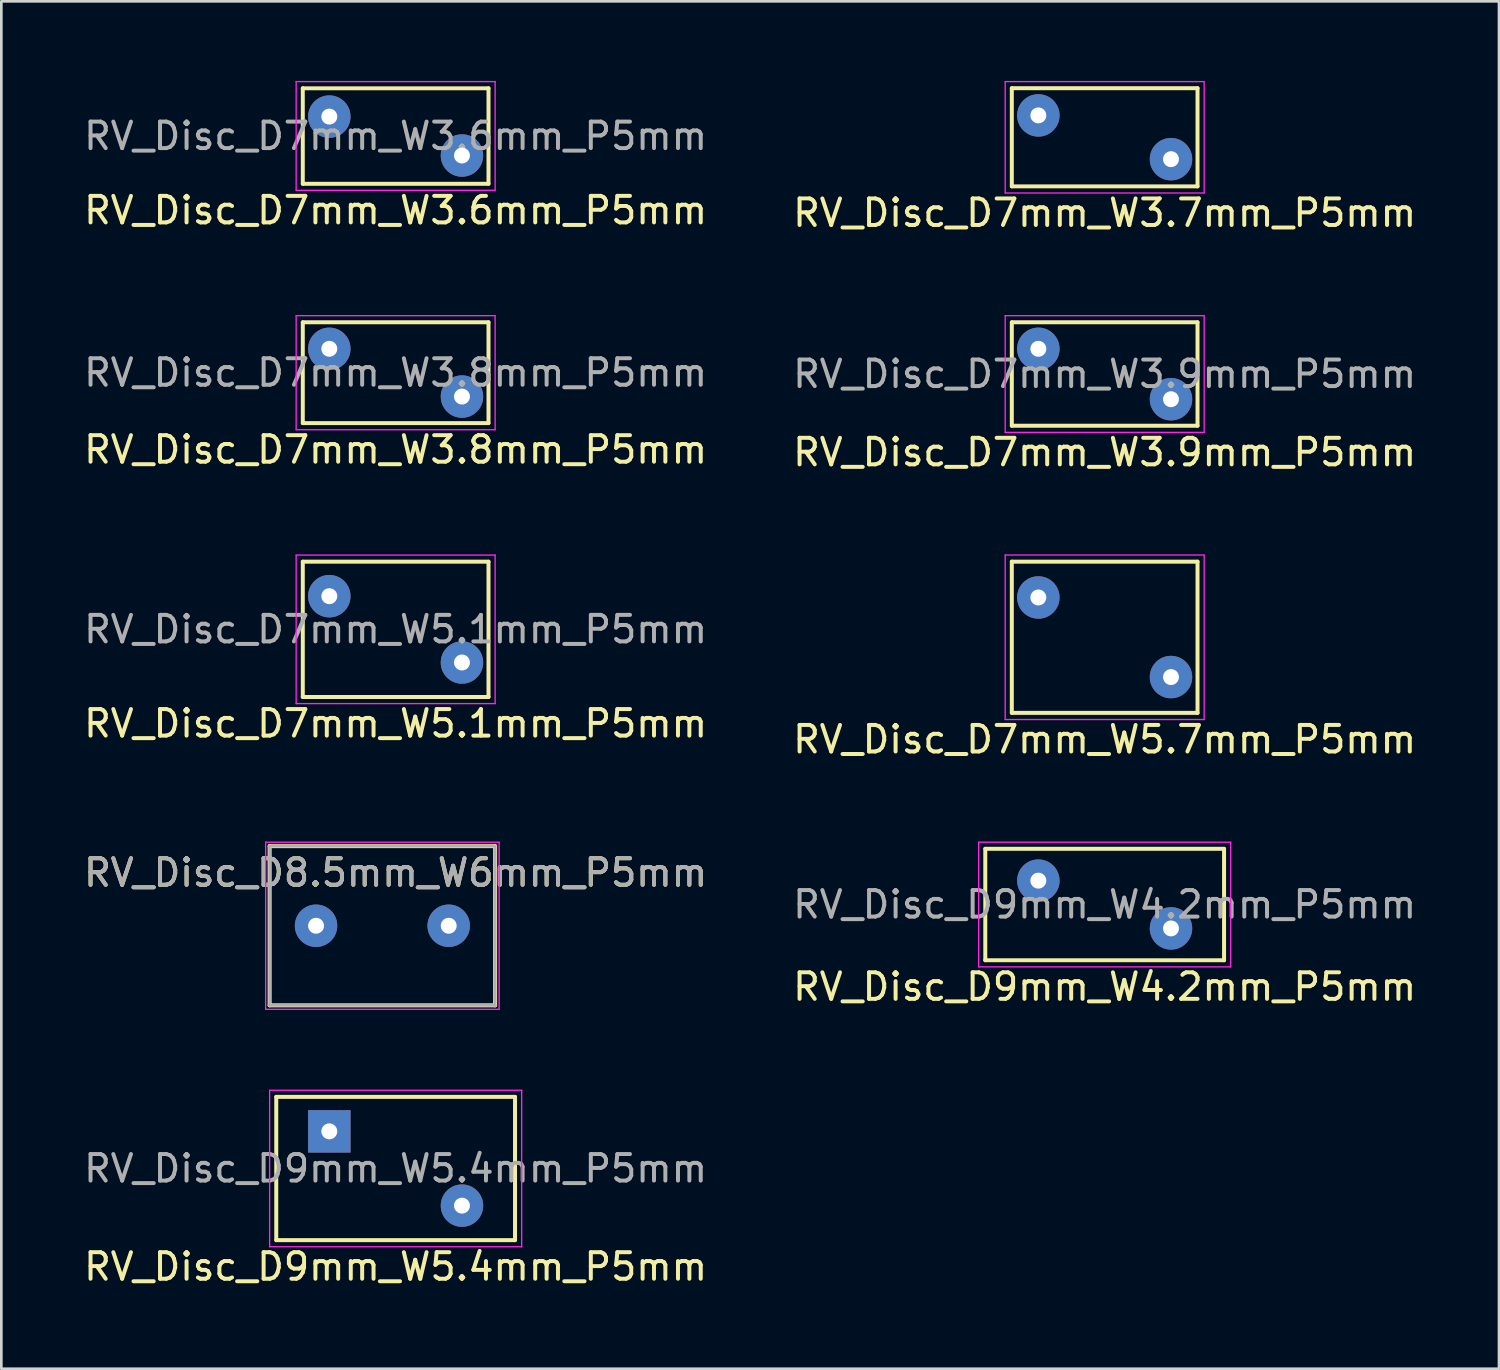
<source format=kicad_pcb>
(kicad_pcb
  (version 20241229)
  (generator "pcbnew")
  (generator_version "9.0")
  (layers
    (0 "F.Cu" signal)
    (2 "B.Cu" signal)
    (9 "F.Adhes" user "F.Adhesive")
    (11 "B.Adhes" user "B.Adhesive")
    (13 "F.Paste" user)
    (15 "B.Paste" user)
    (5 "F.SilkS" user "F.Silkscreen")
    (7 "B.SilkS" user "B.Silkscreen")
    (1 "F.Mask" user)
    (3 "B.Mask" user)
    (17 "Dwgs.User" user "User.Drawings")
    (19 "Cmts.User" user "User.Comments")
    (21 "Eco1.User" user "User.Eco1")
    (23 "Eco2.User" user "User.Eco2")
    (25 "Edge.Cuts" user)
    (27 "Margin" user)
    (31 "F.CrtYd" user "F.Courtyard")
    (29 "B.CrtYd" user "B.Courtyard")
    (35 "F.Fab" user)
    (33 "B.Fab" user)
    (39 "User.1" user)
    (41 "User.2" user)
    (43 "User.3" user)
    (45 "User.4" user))
  (footprint "RV_Disc_D7mm_W5.7mm_P5mm"
    (layer "F.Cu")
    (at 36.089 19.471)
    (property "Reference" "RV_Disc_D7mm_W5.7mm_P5mm" (at 2.5 5.35 0) (layer "F.SilkS") (effects (font (size 1 1) (thickness 0.15))))
    (attr through_hole)
    (fp_line (start -1 -1.35) (end -1 4.35) (stroke (width 0.15) (type solid)) (layer "F.SilkS"))
    (fp_line (start -1 -1.35) (end 6 -1.35) (stroke (width 0.15) (type solid)) (layer "F.SilkS"))
    (fp_line (start -1 4.35) (end 6 4.35) (stroke (width 0.15) (type solid)) (layer "F.SilkS"))
    (fp_line (start 6 -1.35) (end 6 4.35) (stroke (width 0.15) (type solid)) (layer "F.SilkS"))
    (fp_line (start -1.25 -1.6) (end -1.25 4.6) (stroke (width 0.05) (type solid)) (layer "F.CrtYd"))
    (fp_line (start -1.25 -1.6) (end 6.25 -1.6) (stroke (width 0.05) (type solid)) (layer "F.CrtYd"))
    (fp_line (start -1.25 4.6) (end 6.25 4.6) (stroke (width 0.05) (type solid)) (layer "F.CrtYd"))
    (fp_line (start 6.25 -1.6) (end 6.25 4.6) (stroke (width 0.05) (type solid)) (layer "F.CrtYd"))
    (pad "1" thru_hole circle (at 0 0) (size 1.6 1.6) (drill 0.6) (layers "*.Cu" "*.Mask"))
    (pad "2" thru_hole circle (at 5 3) (size 1.6 1.6) (drill 0.6) (layers "*.Cu" "*.Mask")))
  (footprint "RV_Disc_D7mm_W5.1mm_P5mm"
    (layer "F.Cu")
    (at 9.363 19.422)
    (property "Reference" "RV_Disc_D7mm_W5.1mm_P5mm" (at 2.5 4.8 0) (layer "F.SilkS") (effects (font (size 1 1) (thickness 0.15))))
    (attr through_hole)
    (fp_line (start -1 -1.3) (end -1 3.8) (stroke (width 0.15) (type solid)) (layer "F.SilkS"))
    (fp_line (start -1 -1.3) (end 6 -1.3) (stroke (width 0.15) (type solid)) (layer "F.SilkS"))
    (fp_line (start -1 3.8) (end 6 3.8) (stroke (width 0.15) (type solid)) (layer "F.SilkS"))
    (fp_line (start 6 -1.3) (end 6 3.8) (stroke (width 0.15) (type solid)) (layer "F.SilkS"))
    (fp_line (start -1.25 -1.55) (end -1.25 4.05) (stroke (width 0.05) (type solid)) (layer "F.CrtYd"))
    (fp_line (start -1.25 -1.55) (end 6.25 -1.55) (stroke (width 0.05) (type solid)) (layer "F.CrtYd"))
    (fp_line (start -1.25 4.05) (end 6.25 4.05) (stroke (width 0.05) (type solid)) (layer "F.CrtYd"))
    (fp_line (start 6.25 -1.55) (end 6.25 4.05) (stroke (width 0.05) (type solid)) (layer "F.CrtYd"))
    (fp_text user "${REFERENCE}" (at 2.5 1.25 0) (layer "F.Fab") (effects (font (size 1 1) (thickness 0.15))))
    (pad "1" thru_hole circle (at 0 0) (size 1.6 1.6) (drill 0.6) (layers "*.Cu" "*.Mask"))
    (pad "2" thru_hole circle (at 5 2.5) (size 1.6 1.6) (drill 0.6) (layers "*.Cu" "*.Mask")))
  (footprint "RV_Disc_D7mm_W3.8mm_P5mm"
    (layer "F.Cu")
    (at 9.363 10.098)
    (property "Reference" "RV_Disc_D7mm_W3.8mm_P5mm" (at 2.5 3.8 0) (layer "F.SilkS") (effects (font (size 1 1) (thickness 0.15))))
    (attr through_hole)
    (fp_line (start -1 -1) (end -1 2.8) (stroke (width 0.15) (type solid)) (layer "F.SilkS"))
    (fp_line (start -1 -1) (end 6 -1) (stroke (width 0.15) (type solid)) (layer "F.SilkS"))
    (fp_line (start -1 2.8) (end 6 2.8) (stroke (width 0.15) (type solid)) (layer "F.SilkS"))
    (fp_line (start 6 -1) (end 6 2.8) (stroke (width 0.15) (type solid)) (layer "F.SilkS"))
    (fp_line (start -1.25 -1.25) (end -1.25 3.05) (stroke (width 0.05) (type solid)) (layer "F.CrtYd"))
    (fp_line (start -1.25 -1.25) (end 6.25 -1.25) (stroke (width 0.05) (type solid)) (layer "F.CrtYd"))
    (fp_line (start -1.25 3.05) (end 6.25 3.05) (stroke (width 0.05) (type solid)) (layer "F.CrtYd"))
    (fp_line (start 6.25 -1.25) (end 6.25 3.05) (stroke (width 0.05) (type solid)) (layer "F.CrtYd"))
    (fp_text user "${REFERENCE}" (at 2.5 0.9 0) (layer "F.Fab") (effects (font (size 1 1) (thickness 0.15))))
    (pad "1" thru_hole circle (at 0 0) (size 1.6 1.6) (drill 0.6) (layers "*.Cu" "*.Mask"))
    (pad "2" thru_hole circle (at 5 1.8) (size 1.6 1.6) (drill 0.6) (layers "*.Cu" "*.Mask")))
  (footprint "RV_Disc_D9mm_W5.4mm_P5mm"
    (layer "F.Cu")
    (at 9.363 39.595)
    (property "Reference" "RV_Disc_D9mm_W5.4mm_P5mm" (at 2.5 5.1 0) (layer "F.SilkS") (effects (font (size 1 1) (thickness 0.15))))
    (attr through_hole)
    (fp_line (start -2 -1.3) (end -2 4.1) (stroke (width 0.15) (type solid)) (layer "F.SilkS"))
    (fp_line (start -2 -1.3) (end 7 -1.3) (stroke (width 0.15) (type solid)) (layer "F.SilkS"))
    (fp_line (start -2 4.1) (end 7 4.1) (stroke (width 0.15) (type solid)) (layer "F.SilkS"))
    (fp_line (start 7 -1.3) (end 7 4.1) (stroke (width 0.15) (type solid)) (layer "F.SilkS"))
    (fp_line (start -2.25 -1.55) (end -2.25 4.35) (stroke (width 0.05) (type solid)) (layer "F.CrtYd"))
    (fp_line (start -2.25 -1.55) (end 7.25 -1.55) (stroke (width 0.05) (type solid)) (layer "F.CrtYd"))
    (fp_line (start -2.25 4.35) (end 7.25 4.35) (stroke (width 0.05) (type solid)) (layer "F.CrtYd"))
    (fp_line (start 7.25 -1.55) (end 7.25 4.35) (stroke (width 0.05) (type solid)) (layer "F.CrtYd"))
    (fp_text user "${REFERENCE}" (at 2.5 1.4 0) (layer "F.Fab") (effects (font (size 1 1) (thickness 0.15))))
    (pad "1" thru_hole rect (at 0 0) (size 1.6 1.6) (drill 0.6) (layers "*.Cu" "*.Mask"))
    (pad "2" thru_hole circle (at 5 2.8) (size 1.6 1.6) (drill 0.6) (layers "*.Cu" "*.Mask")))
  (footprint "RV_Disc_D7mm_W3.7mm_P5mm"
    (layer "F.Cu")
    (at 36.089 1.3)
    (property "Reference" "RV_Disc_D7mm_W3.7mm_P5mm" (at 2.5 3.675 0) (layer "F.SilkS") (effects (font (size 1 1) (thickness 0.15))))
    (attr through_hole)
    (fp_line (start -1 -1.025) (end -1 2.675) (stroke (width 0.15) (type solid)) (layer "F.SilkS"))
    (fp_line (start -1 -1.025) (end 6 -1.025) (stroke (width 0.15) (type solid)) (layer "F.SilkS"))
    (fp_line (start -1 2.675) (end 6 2.675) (stroke (width 0.15) (type solid)) (layer "F.SilkS"))
    (fp_line (start 6 -1.025) (end 6 2.675) (stroke (width 0.15) (type solid)) (layer "F.SilkS"))
    (fp_line (start -1.25 -1.275) (end -1.25 2.925) (stroke (width 0.05) (type solid)) (layer "F.CrtYd"))
    (fp_line (start -1.25 -1.275) (end 6.25 -1.275) (stroke (width 0.05) (type solid)) (layer "F.CrtYd"))
    (fp_line (start -1.25 2.925) (end 6.25 2.925) (stroke (width 0.05) (type solid)) (layer "F.CrtYd"))
    (fp_line (start 6.25 -1.275) (end 6.25 2.925) (stroke (width 0.05) (type solid)) (layer "F.CrtYd"))
    (pad "1" thru_hole circle (at 0 0) (size 1.6 1.6) (drill 0.6) (layers "*.Cu" "*.Mask"))
    (pad "2" thru_hole circle (at 5 1.65) (size 1.6 1.6) (drill 0.6) (layers "*.Cu" "*.Mask")))
  (footprint "RV_Disc_D7mm_W3.9mm_P5mm"
    (layer "F.Cu")
    (at 36.089 10.098)
    (property "Reference" "RV_Disc_D7mm_W3.9mm_P5mm" (at 2.5 3.9 0) (layer "F.SilkS") (effects (font (size 1 1) (thickness 0.15))))
    (attr through_hole)
    (fp_line (start -1 -1) (end -1 2.9) (stroke (width 0.15) (type solid)) (layer "F.SilkS"))
    (fp_line (start -1 -1) (end 6 -1) (stroke (width 0.15) (type solid)) (layer "F.SilkS"))
    (fp_line (start -1 2.9) (end 6 2.9) (stroke (width 0.15) (type solid)) (layer "F.SilkS"))
    (fp_line (start 6 -1) (end 6 2.9) (stroke (width 0.15) (type solid)) (layer "F.SilkS"))
    (fp_line (start -1.25 -1.25) (end -1.25 3.15) (stroke (width 0.05) (type solid)) (layer "F.CrtYd"))
    (fp_line (start -1.25 -1.25) (end 6.25 -1.25) (stroke (width 0.05) (type solid)) (layer "F.CrtYd"))
    (fp_line (start -1.25 3.15) (end 6.25 3.15) (stroke (width 0.05) (type solid)) (layer "F.CrtYd"))
    (fp_line (start 6.25 -1.25) (end 6.25 3.15) (stroke (width 0.05) (type solid)) (layer "F.CrtYd"))
    (fp_text user "${REFERENCE}" (at 2.5 0.95 0) (layer "F.Fab") (effects (font (size 1 1) (thickness 0.15))))
    (pad "1" thru_hole circle (at 0 0) (size 1.6 1.6) (drill 0.6) (layers "*.Cu" "*.Mask"))
    (pad "2" thru_hole circle (at 5 1.9) (size 1.6 1.6) (drill 0.6) (layers "*.Cu" "*.Mask")))
  (footprint "RV_Disc_D9mm_W4.2mm_P5mm"
    (layer "F.Cu")
    (at 36.089 30.145)
    (property "Reference" "RV_Disc_D9mm_W4.2mm_P5mm" (at 2.5 4 0) (layer "F.SilkS") (effects (font (size 1 1) (thickness 0.15))))
    (attr through_hole)
    (fp_line (start -2 -1.2) (end -2 3) (stroke (width 0.15) (type solid)) (layer "F.SilkS"))
    (fp_line (start -2 -1.2) (end 7 -1.2) (stroke (width 0.15) (type solid)) (layer "F.SilkS"))
    (fp_line (start -2 3) (end 7 3) (stroke (width 0.15) (type solid)) (layer "F.SilkS"))
    (fp_line (start 7 -1.2) (end 7 3) (stroke (width 0.15) (type solid)) (layer "F.SilkS"))
    (fp_line (start -2.25 -1.45) (end -2.25 3.25) (stroke (width 0.05) (type solid)) (layer "F.CrtYd"))
    (fp_line (start -2.25 -1.45) (end 7.25 -1.45) (stroke (width 0.05) (type solid)) (layer "F.CrtYd"))
    (fp_line (start -2.25 3.25) (end 7.25 3.25) (stroke (width 0.05) (type solid)) (layer "F.CrtYd"))
    (fp_line (start 7.25 -1.45) (end 7.25 3.25) (stroke (width 0.05) (type solid)) (layer "F.CrtYd"))
    (fp_text user "${REFERENCE}" (at 2.5 0.9 0) (layer "F.Fab") (effects (font (size 1 1) (thickness 0.15))))
    (pad "1" thru_hole circle (at 0 0) (size 1.6 1.6) (drill 0.6) (layers "*.Cu" "*.Mask"))
    (pad "2" thru_hole circle (at 5 1.8) (size 1.6 1.6) (drill 0.6) (layers "*.Cu" "*.Mask")))
  (footprint "RV_Disc_D7mm_W3.6mm_P5mm"
    (layer "F.Cu")
    (at 9.363 1.345)
    (property "Reference" "RV_Disc_D7mm_W3.6mm_P5mm" (at 2.5 3.533 0) (layer "F.SilkS") (effects (font (size 1 1) (thickness 0.15))))
    (attr through_hole)
    (fp_line (start -1 -1.067) (end -1 2.533) (stroke (width 0.15) (type solid)) (layer "F.SilkS"))
    (fp_line (start -1 -1.067) (end 6 -1.067) (stroke (width 0.15) (type solid)) (layer "F.SilkS"))
    (fp_line (start -1 2.533) (end 6 2.533) (stroke (width 0.15) (type solid)) (layer "F.SilkS"))
    (fp_line (start 6 -1.067) (end 6 2.533) (stroke (width 0.15) (type solid)) (layer "F.SilkS"))
    (fp_line (start -1.25 -1.32) (end -1.25 2.78) (stroke (width 0.05) (type solid)) (layer "F.CrtYd"))
    (fp_line (start -1.25 -1.32) (end 6.25 -1.32) (stroke (width 0.05) (type solid)) (layer "F.CrtYd"))
    (fp_line (start -1.25 2.78) (end 6.25 2.78) (stroke (width 0.05) (type solid)) (layer "F.CrtYd"))
    (fp_line (start 6.25 -1.32) (end 6.25 2.78) (stroke (width 0.05) (type solid)) (layer "F.CrtYd"))
    (fp_text user "${REFERENCE}" (at 2.5 0.733 0) (layer "F.Fab") (effects (font (size 1 1) (thickness 0.15))))
    (pad "1" thru_hole circle (at 0 0) (size 1.6 1.6) (drill 0.6) (layers "*.Cu" "*.Mask"))
    (pad "2" thru_hole circle (at 5 1.467) (size 1.6 1.6) (drill 0.6) (layers "*.Cu" "*.Mask")))
  (footprint "RV_Disc_D8.5mm_W6mm_P5mm"
    (layer "F.Cu")
    (at 8.863 31.845)
    (property "Reference" "RV_Disc_D8.5mm_W6mm_P5mm" (at 3 -2 0) (layer "F.SilkS") (effects (font (size 1 1) (thickness 0.15))))
    (attr through_hole)
    (fp_line (start -1.75 -3) (end -1.75 3) (stroke (width 0.15) (type solid)) (layer "F.SilkS"))
    (fp_line (start -1.75 -3) (end 6.75 -3) (stroke (width 0.15) (type solid)) (layer "F.SilkS"))
    (fp_line (start -1.75 3) (end 6.75 3) (stroke (width 0.15) (type solid)) (layer "F.SilkS"))
    (fp_line (start 6.75 -3) (end 6.75 3) (stroke (width 0.15) (type solid)) (layer "F.SilkS"))
    (fp_line (start -1.9 -3.15) (end -1.9 3.15) (stroke (width 0.05) (type solid)) (layer "F.CrtYd"))
    (fp_line (start -1.9 -3.15) (end 6.9 -3.15) (stroke (width 0.05) (type solid)) (layer "F.CrtYd"))
    (fp_line (start -1.9 3.15) (end 6.9 3.15) (stroke (width 0.05) (type solid)) (layer "F.CrtYd"))
    (fp_line (start 6.9 -3.15) (end 6.9 3.15) (stroke (width 0.05) (type solid)) (layer "F.CrtYd"))
    (fp_line (start -1.75 -3) (end -1.75 3) (stroke (width 0.1) (type solid)) (layer "F.Fab"))
    (fp_line (start -1.75 -3) (end 6.75 -3) (stroke (width 0.1) (type solid)) (layer "F.Fab"))
    (fp_line (start -1.75 3) (end 6.75 3) (stroke (width 0.1) (type solid)) (layer "F.Fab"))
    (fp_line (start 6.75 -3) (end 6.75 3) (stroke (width 0.1) (type solid)) (layer "F.Fab"))
    (fp_text user "${REFERENCE}" (at 3 -2 0) (layer "F.Fab") (effects (font (size 1 1) (thickness 0.15))))
    (pad "1" thru_hole circle (at 0 0) (size 1.6 1.6) (drill 0.6) (layers "*.Cu" "*.Mask"))
    (pad "2" thru_hole circle (at 5 0) (size 1.6 1.6) (drill 0.6) (layers "*.Cu" "*.Mask")))
  (gr_rect
    (start -3 -3)
    (end 53.452 48.543)
    (stroke (width 0.1) (type default))
    (fill no)
    (layer "Edge.Cuts")))
</source>
